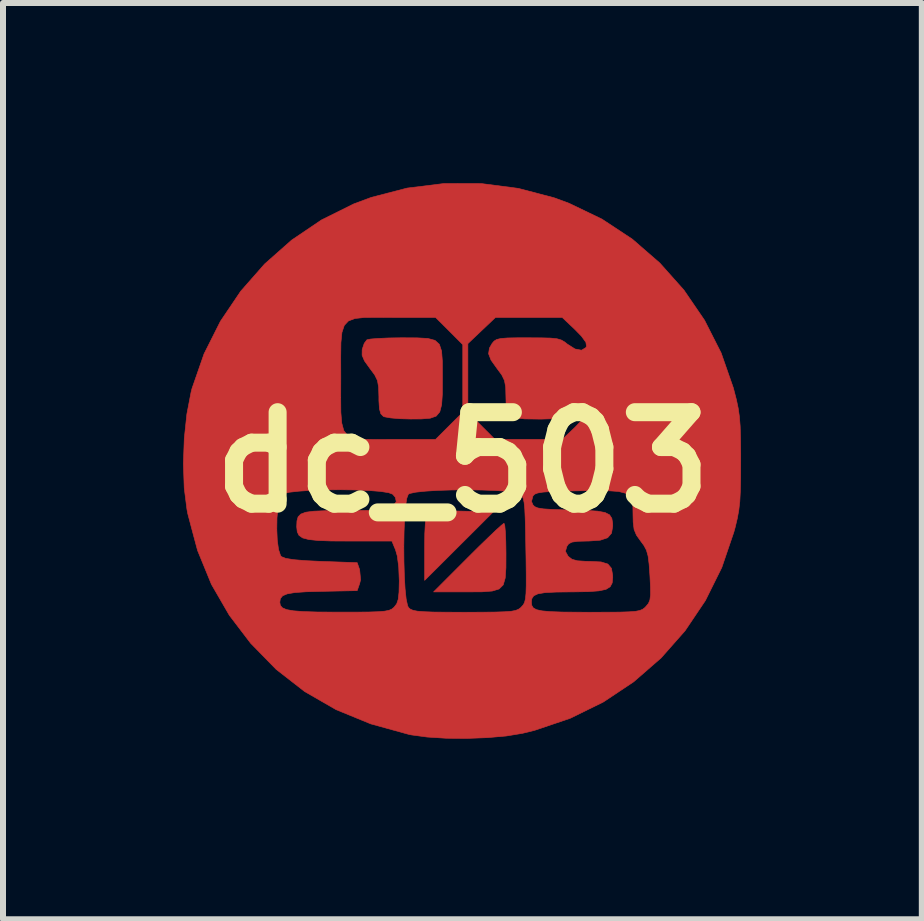
<source format=kicad_pcb>
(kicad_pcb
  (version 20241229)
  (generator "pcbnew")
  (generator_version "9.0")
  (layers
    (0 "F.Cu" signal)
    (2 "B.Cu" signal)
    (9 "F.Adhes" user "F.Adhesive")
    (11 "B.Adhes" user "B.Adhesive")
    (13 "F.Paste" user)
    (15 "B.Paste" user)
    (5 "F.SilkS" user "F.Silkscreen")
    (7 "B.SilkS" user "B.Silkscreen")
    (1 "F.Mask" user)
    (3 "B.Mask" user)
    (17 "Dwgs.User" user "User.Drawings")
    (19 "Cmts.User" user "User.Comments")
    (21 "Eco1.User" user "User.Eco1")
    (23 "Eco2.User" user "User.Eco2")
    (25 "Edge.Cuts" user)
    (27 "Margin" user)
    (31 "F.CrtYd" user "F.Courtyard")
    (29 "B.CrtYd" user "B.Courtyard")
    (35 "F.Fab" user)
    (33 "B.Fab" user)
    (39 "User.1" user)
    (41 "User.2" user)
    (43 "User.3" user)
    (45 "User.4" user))
  (footprint "dc_503"
    (layer "F.Cu")
    (at 4.659 4.651)
    (property "Reference" "dc_503" (at 0 0 0) (layer "F.SilkS") (effects (font (size 1.524 1.524) (thickness 0.3))))
    (attr through_hole)
    (fp_poly (pts (xy -0.004 0.814) (xy 0.509 0.826) (xy -0.635 1.967) (xy -0.635 1.433) (xy -0.633 1.193) (xy -0.624 1.025) (xy -0.609 0.918) (xy -0.586 0.86) (xy -0.576 0.851) (xy -0.498 0.826) (xy -0.337 0.814) (xy -0.091 0.812) (xy -0.004 0.814)) (stroke (width 0.01) (type solid)) (fill yes) (layer "F.Cu"))
    (fp_poly (pts (xy 0.7 1.056) (xy 0.71 1.163) (xy 0.717 1.323) (xy 0.72 1.517) (xy 0.719 1.757) (xy 0.707 1.928) (xy 0.674 2.042) (xy 0.606 2.11) (xy 0.491 2.145) (xy 0.318 2.158) (xy 0.073 2.159) (xy 0.04 2.159) (xy -0.486 2.159) (xy 0.085 1.587) (xy 0.264 1.409) (xy 0.424 1.254) (xy 0.554 1.13) (xy 0.645 1.048) (xy 0.687 1.016) (xy 0.687 1.016) (xy 0.7 1.056)) (stroke (width 0.01) (type solid)) (fill yes) (layer "F.Cu"))
    (fp_poly (pts (xy -0.762 -2.073) (xy -0.582 -2.063) (xy -0.463 -2.031) (xy -0.39 -1.965) (xy -0.353 -1.853) (xy -0.34 -1.683) (xy -0.339 -1.443) (xy -0.339 -1.39) (xy -0.34 -1.138) (xy -0.352 -0.959) (xy -0.383 -0.84) (xy -0.443 -0.769) (xy -0.543 -0.734) (xy -0.691 -0.722) (xy -0.871 -0.721) (xy -1.05 -0.726) (xy -1.201 -0.739) (xy -1.302 -0.757) (xy -1.323 -0.765) (xy -1.365 -0.808) (xy -1.388 -0.889) (xy -1.397 -1.026) (xy -1.397 -1.092) (xy -1.402 -1.252) (xy -1.421 -1.362) (xy -1.467 -1.456) (xy -1.549 -1.566) (xy -1.638 -1.69) (xy -1.677 -1.783) (xy -1.676 -1.872) (xy -1.675 -1.881) (xy -1.641 -1.982) (xy -1.597 -2.04) (xy -1.537 -2.053) (xy -1.41 -2.063) (xy -1.235 -2.071) (xy -1.029 -2.074) (xy -1.012 -2.074) (xy -0.762 -2.073)) (stroke (width 0.01) (type solid)) (fill yes) (layer "F.Cu"))
    (fp_poly (pts (xy 0.31 -4.643) (xy 0.925 -4.563) (xy 1.523 -4.406) (xy 1.77 -4.315) (xy 2.319 -4.051) (xy 2.825 -3.717) (xy 3.282 -3.32) (xy 3.685 -2.868) (xy 4.028 -2.366) (xy 4.304 -1.822) (xy 4.506 -1.243) (xy 4.516 -1.206) (xy 4.558 -1.044) (xy 4.588 -0.902) (xy 4.608 -0.762) (xy 4.621 -0.603) (xy 4.627 -0.407) (xy 4.63 -0.155) (xy 4.63 -0.021) (xy 4.629 0.262) (xy 4.624 0.48) (xy 4.615 0.653) (xy 4.598 0.798) (xy 4.573 0.936) (xy 4.537 1.087) (xy 4.516 1.163) (xy 4.315 1.753) (xy 4.042 2.303) (xy 3.703 2.807) (xy 3.303 3.26) (xy 2.847 3.657) (xy 2.341 3.994) (xy 1.789 4.265) (xy 1.198 4.465) (xy 0.995 4.515) (xy 0.728 4.559) (xy 0.41 4.587) (xy 0.066 4.6) (xy -0.277 4.597) (xy -0.594 4.577) (xy -0.859 4.541) (xy -0.898 4.533) (xy -1.532 4.358) (xy -2.11 4.121) (xy -2.634 3.819) (xy -3.108 3.45) (xy -3.534 3.014) (xy -3.889 2.548) (xy -4.187 2.033) (xy -4.418 1.469) (xy -4.512 1.118) (xy -3.098 1.118) (xy -3.09 1.301) (xy -3.069 1.453) (xy -3.036 1.553) (xy -3.021 1.572) (xy -2.952 1.6) (xy -2.819 1.622) (xy -2.613 1.639) (xy -2.355 1.651) (xy -1.759 1.672) (xy -1.718 1.789) (xy -1.702 1.956) (xy -1.718 2.021) (xy -1.759 2.138) (xy -2.348 2.15) (xy -2.61 2.157) (xy -2.798 2.17) (xy -2.925 2.192) (xy -3.001 2.224) (xy -3.039 2.271) (xy -3.048 2.331) (xy -3.039 2.384) (xy -3.005 2.424) (xy -2.936 2.454) (xy -2.823 2.474) (xy -2.657 2.487) (xy -2.426 2.494) (xy -2.123 2.496) (xy -2.064 2.496) (xy -1.776 2.496) (xy -1.561 2.494) (xy -1.406 2.489) (xy -1.3 2.48) (xy -1.229 2.466) (xy -1.183 2.446) (xy -1.148 2.418) (xy -1.143 2.413) (xy -1.1 2.357) (xy -1.075 2.282) (xy -1.062 2.165) (xy -1.058 1.986) (xy -1.058 1.967) (xy -1.067 1.744) (xy -1.091 1.56) (xy -1.12 1.459) (xy -1.144 1.401) (xy -0.982 1.401) (xy -0.98 1.653) (xy -0.973 1.894) (xy -0.961 2.107) (xy -0.943 2.278) (xy -0.919 2.389) (xy -0.904 2.42) (xy -0.873 2.447) (xy -0.828 2.466) (xy -0.757 2.48) (xy -0.647 2.489) (xy -0.489 2.495) (xy -0.269 2.497) (xy 0.024 2.498) (xy 0.028 2.498) (xy 0.32 2.497) (xy 0.539 2.495) (xy 0.697 2.49) (xy 0.807 2.482) (xy 0.88 2.468) (xy 0.929 2.448) (xy 0.965 2.422) (xy 0.977 2.409) (xy 1.007 2.376) (xy 1.029 2.336) (xy 1.031 2.328) (xy 1.143 2.328) (xy 1.149 2.383) (xy 1.174 2.425) (xy 1.227 2.455) (xy 1.319 2.475) (xy 1.461 2.488) (xy 1.661 2.495) (xy 1.931 2.497) (xy 2.102 2.498) (xy 2.393 2.497) (xy 2.61 2.496) (xy 2.768 2.491) (xy 2.876 2.483) (xy 2.948 2.469) (xy 2.996 2.449) (xy 3.032 2.422) (xy 3.051 2.402) (xy 3.093 2.352) (xy 3.117 2.295) (xy 3.128 2.21) (xy 3.127 2.08) (xy 3.118 1.892) (xy 3.104 1.695) (xy 3.087 1.561) (xy 3.06 1.465) (xy 3.018 1.386) (xy 2.965 1.314) (xy 2.893 1.213) (xy 2.854 1.119) (xy 2.839 0.998) (xy 2.836 0.873) (xy 2.834 0.737) (xy 2.819 0.635) (xy 2.781 0.563) (xy 2.71 0.515) (xy 2.596 0.486) (xy 2.426 0.474) (xy 2.192 0.472) (xy 1.926 0.475) (xy 1.661 0.48) (xy 1.469 0.487) (xy 1.336 0.497) (xy 1.25 0.511) (xy 1.2 0.53) (xy 1.172 0.557) (xy 1.169 0.561) (xy 1.145 0.652) (xy 1.169 0.709) (xy 1.198 0.739) (xy 1.251 0.761) (xy 1.341 0.776) (xy 1.482 0.785) (xy 1.688 0.792) (xy 1.804 0.794) (xy 2.061 0.802) (xy 2.246 0.814) (xy 2.37 0.837) (xy 2.445 0.875) (xy 2.483 0.933) (xy 2.497 1.015) (xy 2.498 1.063) (xy 2.478 1.181) (xy 2.413 1.257) (xy 2.29 1.298) (xy 2.097 1.312) (xy 2.073 1.312) (xy 1.914 1.316) (xy 1.818 1.33) (xy 1.763 1.359) (xy 1.734 1.401) (xy 1.71 1.484) (xy 1.753 1.562) (xy 1.76 1.57) (xy 1.82 1.616) (xy 1.911 1.641) (xy 2.054 1.65) (xy 2.122 1.651) (xy 2.304 1.66) (xy 2.417 1.695) (xy 2.477 1.766) (xy 2.497 1.884) (xy 2.498 1.92) (xy 2.489 2.01) (xy 2.455 2.074) (xy 2.385 2.117) (xy 2.267 2.142) (xy 2.088 2.155) (xy 1.838 2.159) (xy 1.805 2.159) (xy 1.552 2.162) (xy 1.371 2.171) (xy 1.252 2.191) (xy 1.182 2.224) (xy 1.15 2.273) (xy 1.143 2.328) (xy 1.031 2.328) (xy 1.044 2.276) (xy 1.053 2.186) (xy 1.057 2.053) (xy 1.057 1.866) (xy 1.054 1.612) (xy 1.051 1.453) (xy 1.046 1.16) (xy 1.04 0.939) (xy 1.033 0.78) (xy 1.022 0.671) (xy 1.007 0.601) (xy 0.987 0.558) (xy 0.961 0.53) (xy 0.955 0.526) (xy 0.88 0.502) (xy 0.738 0.483) (xy 0.545 0.47) (xy 0.318 0.462) (xy 0.072 0.459) (xy -0.178 0.461) (xy -0.414 0.468) (xy -0.621 0.481) (xy -0.783 0.498) (xy -0.885 0.52) (xy -0.907 0.532) (xy -0.933 0.601) (xy -0.954 0.738) (xy -0.969 0.928) (xy -0.978 1.154) (xy -0.982 1.401) (xy -1.144 1.401) (xy -1.181 1.312) (xy -1.895 1.312) (xy -2.188 1.311) (xy -2.408 1.303) (xy -2.564 1.287) (xy -2.667 1.26) (xy -2.728 1.218) (xy -2.757 1.159) (xy -2.766 1.079) (xy -2.766 1.067) (xy -2.762 0.976) (xy -2.743 0.909) (xy -2.698 0.863) (xy -2.616 0.832) (xy -2.485 0.815) (xy -2.295 0.807) (xy -2.035 0.804) (xy -1.945 0.804) (xy -1.675 0.803) (xy -1.476 0.799) (xy -1.338 0.79) (xy -1.247 0.776) (xy -1.192 0.756) (xy -1.167 0.738) (xy -1.108 0.656) (xy -1.123 0.584) (xy -1.167 0.532) (xy -1.236 0.506) (xy -1.373 0.485) (xy -1.563 0.47) (xy -1.788 0.461) (xy -2.033 0.457) (xy -2.282 0.46) (xy -2.519 0.467) (xy -2.727 0.481) (xy -2.89 0.499) (xy -2.992 0.524) (xy -3.013 0.536) (xy -3.052 0.614) (xy -3.079 0.752) (xy -3.095 0.927) (xy -3.098 1.118) (xy -4.512 1.118) (xy -4.581 0.857) (xy -4.595 0.783) (xy -4.64 0.428) (xy -4.654 0.024) (xy -4.639 -0.397) (xy -4.596 -0.804) (xy -4.526 -1.168) (xy -4.511 -1.228) (xy -4.327 -1.757) (xy -2.033 -1.757) (xy -2.032 -1.45) (xy -2.032 -1.397) (xy -2.033 -1.078) (xy -2.031 -0.833) (xy -2.016 -0.653) (xy -1.982 -0.528) (xy -1.918 -0.448) (xy -1.817 -0.403) (xy -1.669 -0.384) (xy -1.468 -0.38) (xy -1.203 -0.381) (xy -1.158 -0.381) (xy -0.453 -0.381) (xy 0 -0.834) (xy 0 -1.96) (xy -0.017 -1.977) (xy 0.085 -1.977) (xy 0.085 -0.834) (xy 0.537 -0.381) (xy 1.657 -0.381) (xy 1.873 -0.586) (xy 1.999 -0.719) (xy 2.059 -0.812) (xy 2.061 -0.862) (xy 2.002 -0.923) (xy 1.902 -0.913) (xy 1.764 -0.834) (xy 1.753 -0.826) (xy 1.675 -0.773) (xy 1.593 -0.741) (xy 1.485 -0.725) (xy 1.324 -0.72) (xy 1.249 -0.72) (xy 1.029 -0.723) (xy 0.881 -0.74) (xy 0.789 -0.779) (xy 0.741 -0.851) (xy 0.722 -0.965) (xy 0.719 -1.092) (xy 0.715 -1.252) (xy 0.695 -1.362) (xy 0.65 -1.455) (xy 0.571 -1.562) (xy 0.471 -1.702) (xy 0.43 -1.808) (xy 0.444 -1.902) (xy 0.489 -1.98) (xy 0.522 -2.019) (xy 0.565 -2.046) (xy 0.634 -2.062) (xy 0.745 -2.071) (xy 0.913 -2.074) (xy 1.086 -2.074) (xy 1.309 -2.073) (xy 1.464 -2.069) (xy 1.569 -2.058) (xy 1.641 -2.037) (xy 1.698 -2.004) (xy 1.743 -1.968) (xy 1.871 -1.887) (xy 1.978 -1.867) (xy 2.05 -1.91) (xy 2.061 -1.932) (xy 2.051 -1.999) (xy 1.978 -2.1) (xy 1.873 -2.208) (xy 1.657 -2.413) (xy 0.545 -2.413) (xy 0.315 -2.195) (xy 0.085 -1.977) (xy -0.017 -1.977) (xy -0.226 -2.187) (xy -0.453 -2.413) (xy -1.158 -2.413) (xy -1.432 -2.414) (xy -1.643 -2.412) (xy -1.798 -2.395) (xy -1.905 -2.354) (xy -1.974 -2.28) (xy -2.013 -2.163) (xy -2.03 -1.992) (xy -2.033 -1.757) (xy -4.327 -1.757) (xy -4.31 -1.806) (xy -4.037 -2.349) (xy -3.699 -2.85) (xy -3.301 -3.303) (xy -2.851 -3.701) (xy -2.354 -4.037) (xy -1.817 -4.304) (xy -1.524 -4.413) (xy -0.927 -4.568) (xy -0.312 -4.644) (xy 0.31 -4.643)) (stroke (width 0.01) (type solid)) (fill yes) (layer "F.Cu"))
    (fp_poly (pts (xy 0.003 -4.643) (xy 0.222 -4.629) (xy 0.318 -4.621) (xy 0.956 -4.529) (xy 1.558 -4.362) (xy 2.119 -4.126) (xy 2.636 -3.823) (xy 3.103 -3.46) (xy 3.518 -3.039) (xy 3.875 -2.565) (xy 4.169 -2.042) (xy 4.398 -1.474) (xy 4.556 -0.866) (xy 4.621 -0.43) (xy 4.642 0.16) (xy 4.582 0.748) (xy 4.443 1.323) (xy 4.228 1.879) (xy 3.941 2.408) (xy 3.584 2.9) (xy 3.274 3.239) (xy 2.808 3.65) (xy 2.313 3.984) (xy 1.782 4.243) (xy 1.21 4.432) (xy 0.592 4.551) (xy 0.423 4.571) (xy 0.16 4.596) (xy -0.051 4.606) (xy -0.238 4.603) (xy -0.433 4.585) (xy -0.656 4.553) (xy -1.049 4.478) (xy -1.399 4.381) (xy -1.748 4.25) (xy -1.974 4.148) (xy -2.357 3.954) (xy -2.682 3.752) (xy -2.976 3.527) (xy -3.261 3.262) (xy -3.678 2.787) (xy -4.023 2.274) (xy -4.294 1.729) (xy -4.489 1.159) (xy -4.606 0.57) (xy -4.645 -0.032) (xy -4.602 -0.639) (xy -4.477 -1.247) (xy -4.46 -1.308) (xy -4.253 -1.883) (xy -3.979 -2.41) (xy -3.632 -2.897) (xy -3.323 -3.239) (xy -2.951 -3.583) (xy -2.573 -3.866) (xy -2.16 -4.108) (xy -2.095 -4.141) (xy -1.811 -4.275) (xy -1.541 -4.379) (xy -1.259 -4.464) (xy -0.935 -4.538) (xy -0.735 -4.576) (xy -0.513 -4.614) (xy -0.335 -4.637) (xy -0.173 -4.646) (xy 0.003 -4.643)) (stroke (width 0.01) (type solid)) (fill yes) (layer "F.Mask")))
  (gr_rect
    (start -3 -3)
    (end 12.306 12.263)
    (stroke (width 0.1) (type default))
    (fill no)
    (layer "Edge.Cuts")))
</source>
